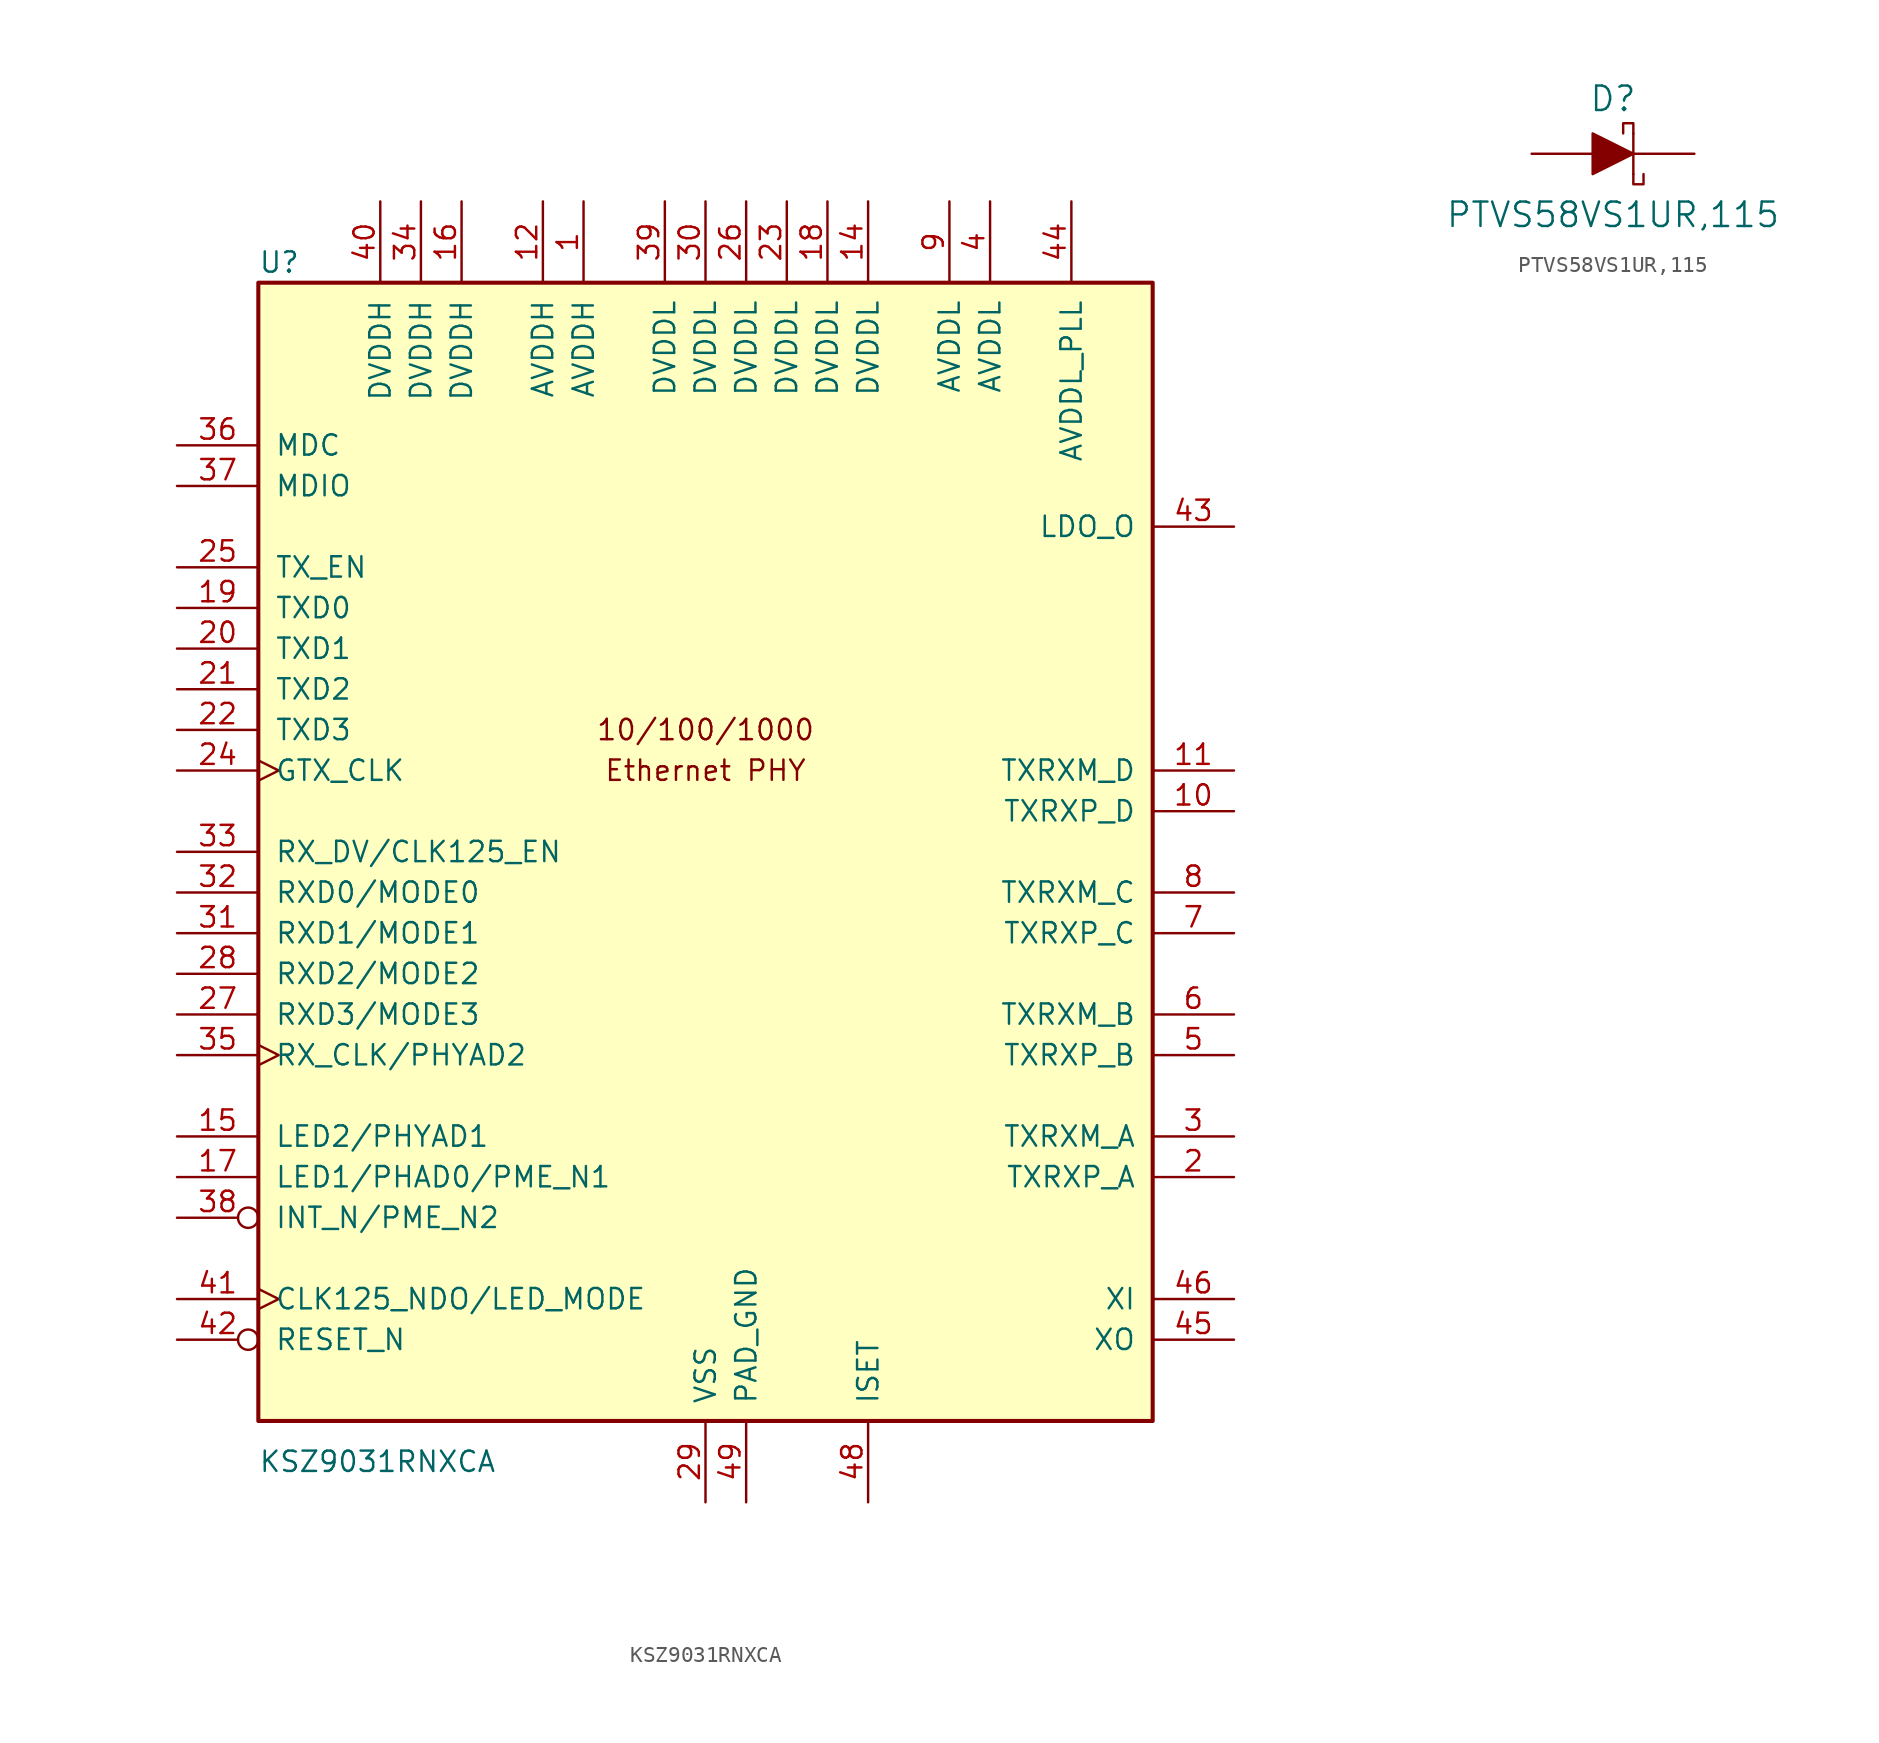
<source format=kicad_sym>
(kicad_symbol_lib
  (version 20211014)
  (generator kicad_symbol_editor)
  (symbol "KSZ9031RNXCA"
    (pin_names
      (offset 1.016))
    (property "Reference" "U"
      (at 0 1.27 0)
      (effects (font (size 1.27 1.27)) (justify left)))
    (property "Value" "KSZ9031RNXCA"
      (at 0 -73.66 0)
      (effects (font (size 1.27 1.27)) (justify left)))
    (symbol "KSZ9031RNXCA_1_1"
      (rectangle (start 0 -71.12) (end 55.88 0) (stroke (width 0.254) (type default) (color 0 0 0 0)) (fill (type background)))
      (text "10/100/1000" (at 27.94 -27.94 0) (effects (font (size 1.27 1.27))))
      (text "Ethernet PHY" (at 27.94 -30.48 0) (effects (font (size 1.27 1.27))))
      (pin power_in line (at 20.32 5.08 270) (length 5.08) (name "AVDDH" (effects (font (size 1.27 1.27)))) (number "1" (effects (font (size 1.27 1.27)))))
      (pin input line (at 60.96 -33.02 180) (length 5.08) (name "TXRXP_D" (effects (font (size 1.27 1.27)))) (number "10" (effects (font (size 1.27 1.27)))))
      (pin input line (at 60.96 -30.48 180) (length 5.08) (name "TXRXM_D" (effects (font (size 1.27 1.27)))) (number "11" (effects (font (size 1.27 1.27)))))
      (pin power_in line (at 17.78 5.08 270) (length 5.08) (name "AVDDH" (effects (font (size 1.27 1.27)))) (number "12" (effects (font (size 1.27 1.27)))))
      (pin no_connect line (at 60.96 -22.86 180) (length 5.08) hide (name "NC" (effects (font (size 1.27 1.27)))) (number "13" (effects (font (size 1.27 1.27)))))
      (pin power_in line (at 38.1 5.08 270) (length 5.08) (name "DVDDL" (effects (font (size 1.27 1.27)))) (number "14" (effects (font (size 1.27 1.27)))))
      (pin bidirectional line (at -5.08 -53.34 0) (length 5.08) (name "LED2/PHYAD1" (effects (font (size 1.27 1.27)))) (number "15" (effects (font (size 1.27 1.27)))))
      (pin power_in line (at 12.7 5.08 270) (length 5.08) (name "DVDDH" (effects (font (size 1.27 1.27)))) (number "16" (effects (font (size 1.27 1.27)))))
      (pin bidirectional line (at -5.08 -55.88 0) (length 5.08) (name "LED1/PHAD0/PME_N1" (effects (font (size 1.27 1.27)))) (number "17" (effects (font (size 1.27 1.27)))))
      (pin power_in line (at 35.56 5.08 270) (length 5.08) (name "DVDDL" (effects (font (size 1.27 1.27)))) (number "18" (effects (font (size 1.27 1.27)))))
      (pin input line (at -5.08 -20.32 0) (length 5.08) (name "TXD0" (effects (font (size 1.27 1.27)))) (number "19" (effects (font (size 1.27 1.27)))))
      (pin input line (at 60.96 -55.88 180) (length 5.08) (name "TXRXP_A" (effects (font (size 1.27 1.27)))) (number "2" (effects (font (size 1.27 1.27)))))
      (pin input line (at -5.08 -22.86 0) (length 5.08) (name "TXD1" (effects (font (size 1.27 1.27)))) (number "20" (effects (font (size 1.27 1.27)))))
      (pin input line (at -5.08 -25.4 0) (length 5.08) (name "TXD2" (effects (font (size 1.27 1.27)))) (number "21" (effects (font (size 1.27 1.27)))))
      (pin input line (at -5.08 -27.94 0) (length 5.08) (name "TXD3" (effects (font (size 1.27 1.27)))) (number "22" (effects (font (size 1.27 1.27)))))
      (pin power_in line (at 33.02 5.08 270) (length 5.08) (name "DVDDL" (effects (font (size 1.27 1.27)))) (number "23" (effects (font (size 1.27 1.27)))))
      (pin input clock (at -5.08 -30.48 0) (length 5.08) (name "GTX_CLK" (effects (font (size 1.27 1.27)))) (number "24" (effects (font (size 1.27 1.27)))))
      (pin input line (at -5.08 -17.78 0) (length 5.08) (name "TX_EN" (effects (font (size 1.27 1.27)))) (number "25" (effects (font (size 1.27 1.27)))))
      (pin power_in line (at 30.48 5.08 270) (length 5.08) (name "DVDDL" (effects (font (size 1.27 1.27)))) (number "26" (effects (font (size 1.27 1.27)))))
      (pin input line (at -5.08 -45.72 0) (length 5.08) (name "RXD3/MODE3" (effects (font (size 1.27 1.27)))) (number "27" (effects (font (size 1.27 1.27)))))
      (pin input line (at -5.08 -43.18 0) (length 5.08) (name "RXD2/MODE2" (effects (font (size 1.27 1.27)))) (number "28" (effects (font (size 1.27 1.27)))))
      (pin power_in line (at 27.94 -76.2 90) (length 5.08) (name "VSS" (effects (font (size 1.27 1.27)))) (number "29" (effects (font (size 1.27 1.27)))))
      (pin input line (at 60.96 -53.34 180) (length 5.08) (name "TXRXM_A" (effects (font (size 1.27 1.27)))) (number "3" (effects (font (size 1.27 1.27)))))
      (pin power_in line (at 27.94 5.08 270) (length 5.08) (name "DVDDL" (effects (font (size 1.27 1.27)))) (number "30" (effects (font (size 1.27 1.27)))))
      (pin input line (at -5.08 -40.64 0) (length 5.08) (name "RXD1/MODE1" (effects (font (size 1.27 1.27)))) (number "31" (effects (font (size 1.27 1.27)))))
      (pin input line (at -5.08 -38.1 0) (length 5.08) (name "RXD0/MODE0" (effects (font (size 1.27 1.27)))) (number "32" (effects (font (size 1.27 1.27)))))
      (pin input line (at -5.08 -35.56 0) (length 5.08) (name "RX_DV/CLK125_EN" (effects (font (size 1.27 1.27)))) (number "33" (effects (font (size 1.27 1.27)))))
      (pin power_in line (at 10.16 5.08 270) (length 5.08) (name "DVDDH" (effects (font (size 1.27 1.27)))) (number "34" (effects (font (size 1.27 1.27)))))
      (pin input clock (at -5.08 -48.26 0) (length 5.08) (name "RX_CLK/PHYAD2" (effects (font (size 1.27 1.27)))) (number "35" (effects (font (size 1.27 1.27)))))
      (pin input line (at -5.08 -10.16 0) (length 5.08) (name "MDC" (effects (font (size 1.27 1.27)))) (number "36" (effects (font (size 1.27 1.27)))))
      (pin input line (at -5.08 -12.7 0) (length 5.08) (name "MDIO" (effects (font (size 1.27 1.27)))) (number "37" (effects (font (size 1.27 1.27)))))
      (pin input inverted (at -5.08 -58.42 0) (length 5.08) (name "INT_N/PME_N2" (effects (font (size 1.27 1.27)))) (number "38" (effects (font (size 1.27 1.27)))))
      (pin power_in line (at 25.4 5.08 270) (length 5.08) (name "DVDDL" (effects (font (size 1.27 1.27)))) (number "39" (effects (font (size 1.27 1.27)))))
      (pin power_in line (at 45.72 5.08 270) (length 5.08) (name "AVDDL" (effects (font (size 1.27 1.27)))) (number "4" (effects (font (size 1.27 1.27)))))
      (pin power_in line (at 7.62 5.08 270) (length 5.08) (name "DVDDH" (effects (font (size 1.27 1.27)))) (number "40" (effects (font (size 1.27 1.27)))))
      (pin input clock (at -5.08 -63.5 0) (length 5.08) (name "CLK125_NDO/LED_MODE" (effects (font (size 1.27 1.27)))) (number "41" (effects (font (size 1.27 1.27)))))
      (pin input inverted (at -5.08 -66.04 0) (length 5.08) (name "RESET_N" (effects (font (size 1.27 1.27)))) (number "42" (effects (font (size 1.27 1.27)))))
      (pin input line (at 60.96 -15.24 180) (length 5.08) (name "LDO_O" (effects (font (size 1.27 1.27)))) (number "43" (effects (font (size 1.27 1.27)))))
      (pin power_in line (at 50.8 5.08 270) (length 5.08) (name "AVDDL_PLL" (effects (font (size 1.27 1.27)))) (number "44" (effects (font (size 1.27 1.27)))))
      (pin input line (at 60.96 -66.04 180) (length 5.08) (name "XO" (effects (font (size 1.27 1.27)))) (number "45" (effects (font (size 1.27 1.27)))))
      (pin input line (at 60.96 -63.5 180) (length 5.08) (name "XI" (effects (font (size 1.27 1.27)))) (number "46" (effects (font (size 1.27 1.27)))))
      (pin no_connect line (at 60.96 -25.4 180) (length 5.08) hide (name "NC" (effects (font (size 1.27 1.27)))) (number "47" (effects (font (size 1.27 1.27)))))
      (pin output line (at 38.1 -76.2 90) (length 5.08) (name "ISET" (effects (font (size 1.27 1.27)))) (number "48" (effects (font (size 1.27 1.27)))))
      (pin power_in line (at 30.48 -76.2 90) (length 5.08) (name "PAD_GND" (effects (font (size 1.27 1.27)))) (number "49" (effects (font (size 1.27 1.27)))))
      (pin input line (at 60.96 -48.26 180) (length 5.08) (name "TXRXP_B" (effects (font (size 1.27 1.27)))) (number "5" (effects (font (size 1.27 1.27)))))
      (pin input line (at 60.96 -45.72 180) (length 5.08) (name "TXRXM_B" (effects (font (size 1.27 1.27)))) (number "6" (effects (font (size 1.27 1.27)))))
      (pin input line (at 60.96 -40.64 180) (length 5.08) (name "TXRXP_C" (effects (font (size 1.27 1.27)))) (number "7" (effects (font (size 1.27 1.27)))))
      (pin input line (at 60.96 -38.1 180) (length 5.08) (name "TXRXM_C" (effects (font (size 1.27 1.27)))) (number "8" (effects (font (size 1.27 1.27)))))
      (pin power_in line (at 43.18 5.08 270) (length 5.08) (name "AVDDL" (effects (font (size 1.27 1.27)))) (number "9" (effects (font (size 1.27 1.27)))))))
  (symbol "PTVS58VS1UR,115"
    (pin_numbers hide)
    (pin_names
      (offset 0) hide)
    (property "Reference" "D"
      (at 0 2.54 0)
      (effects (font (size 1.524 1.524)) (justify bottom)))
    (property "Value" "PTVS58VS1UR,115"
      (at 0 -3.81 0)
      (effects (font (size 1.524 1.524))))
    (symbol "PTVS58VS1UR,115_0_1"
      (polyline (pts (xy 1.27 1.27) (xy 1.27 -1.27)) (stroke (width 0) (type default) (color 0 0 0 0)) (fill (type none)))
      (polyline (pts (xy -1.27 1.27) (xy -1.27 -1.27) (xy 1.27 0) (xy -1.27 1.27)) (stroke (width 0) (type default) (color 0 0 0 0)) (fill (type outline)))
      (polyline (pts (xy 1.27 -1.27) (xy 1.27 -1.905) (xy 1.905 -1.905) (xy 1.905 -1.27)) (stroke (width 0) (type default) (color 0 0 0 0)) (fill (type none)))
      (polyline (pts (xy 1.27 1.27) (xy 1.27 1.905) (xy 0.635 1.905) (xy 0.635 1.27)) (stroke (width 0) (type default) (color 0 0 0 0)) (fill (type none))))
    (symbol "PTVS58VS1UR,115_1_1"
      (pin passive line (at -5.08 0 0) (length 3.81) (name "~" (effects (font (size 1.27 1.27)))) (number "A" (effects (font (size 1.27 1.27)))))
      (pin passive line (at 5.08 0 180) (length 3.81) (name "~" (effects (font (size 1.27 1.27)))) (number "K" (effects (font (size 1.27 1.27))))))))
</source>
